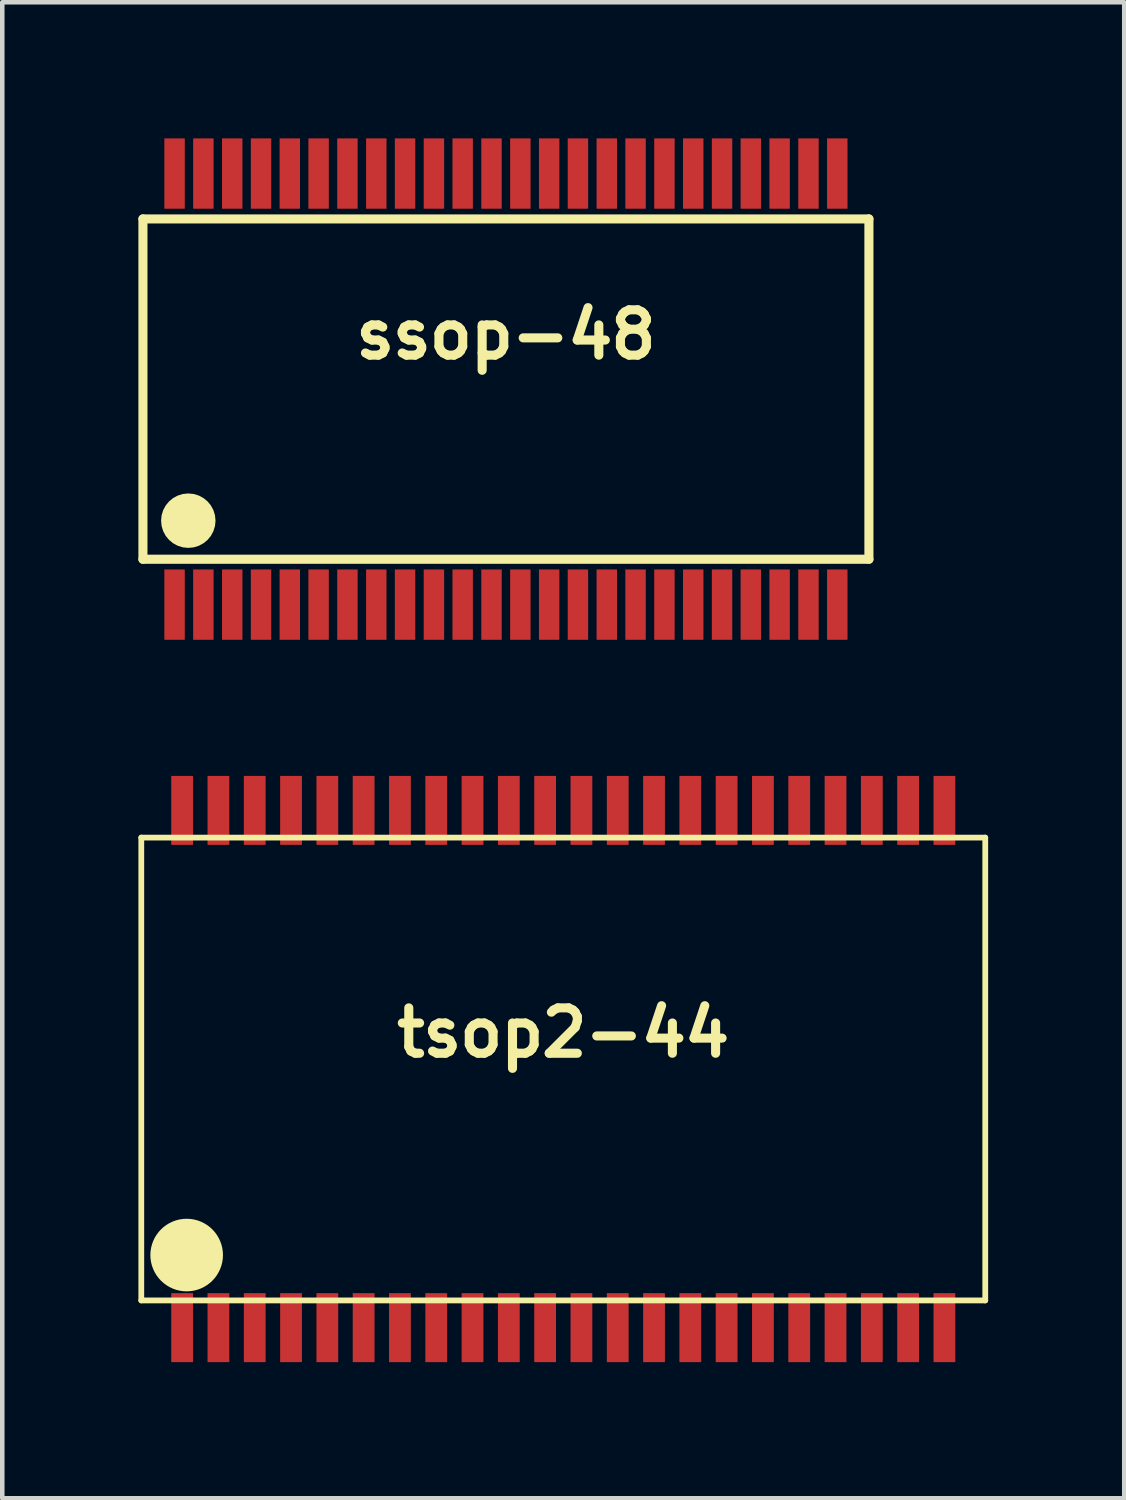
<source format=kicad_pcb>
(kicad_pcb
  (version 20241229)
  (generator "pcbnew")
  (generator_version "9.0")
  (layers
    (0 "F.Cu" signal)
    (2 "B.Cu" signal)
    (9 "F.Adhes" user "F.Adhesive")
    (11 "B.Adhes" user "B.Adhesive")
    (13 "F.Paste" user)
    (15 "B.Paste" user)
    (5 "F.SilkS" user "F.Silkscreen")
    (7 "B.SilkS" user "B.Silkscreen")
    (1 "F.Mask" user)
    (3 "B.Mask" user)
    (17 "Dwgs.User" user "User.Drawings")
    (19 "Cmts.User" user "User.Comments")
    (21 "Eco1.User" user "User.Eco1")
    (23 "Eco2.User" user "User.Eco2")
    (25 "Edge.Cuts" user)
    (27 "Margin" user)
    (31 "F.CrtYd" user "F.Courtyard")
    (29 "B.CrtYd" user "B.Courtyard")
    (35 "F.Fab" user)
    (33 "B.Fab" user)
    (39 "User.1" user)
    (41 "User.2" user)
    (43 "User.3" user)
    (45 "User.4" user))
  (footprint "tsop2-44"
    (layer "F.Cu")
    (at 9.364 20.51)
    (property "Reference" "tsop2-44" (at 0 -0.8 0) (layer "F.SilkS") (effects (font (size 1 1) (thickness 0.2))))
    (attr smd)
    (fp_line (start -9.3 -5.1) (end 9.3 -5.1) (stroke (width 0.127) (type solid)) (layer "F.SilkS"))
    (fp_line (start -9.3 5.1) (end -9.3 -5.1) (stroke (width 0.127) (type solid)) (layer "F.SilkS"))
    (fp_line (start 9.3 -5.1) (end 9.3 5.1) (stroke (width 0.127) (type solid)) (layer "F.SilkS"))
    (fp_line (start 9.3 5.1) (end -9.3 5.1) (stroke (width 0.127) (type solid)) (layer "F.SilkS"))
    (fp_circle (center -8.3 4.1) (end -7.9 4.1) (stroke (width 0.8) (type solid)) (fill no) (layer "F.SilkS"))
    (pad "1" smd rect (at -8.4 5.7) (size 0.48 1.52) (layers "F.Cu" "F.Mask" "F.Paste"))
    (pad "2" smd rect (at -7.6 5.7) (size 0.48 1.52) (layers "F.Cu" "F.Mask" "F.Paste"))
    (pad "3" smd rect (at -6.8 5.7) (size 0.48 1.52) (layers "F.Cu" "F.Mask" "F.Paste"))
    (pad "4" smd rect (at -6 5.7) (size 0.48 1.52) (layers "F.Cu" "F.Mask" "F.Paste"))
    (pad "5" smd rect (at -5.2 5.7) (size 0.48 1.52) (layers "F.Cu" "F.Mask" "F.Paste"))
    (pad "6" smd rect (at -4.4 5.7) (size 0.48 1.52) (layers "F.Cu" "F.Mask" "F.Paste"))
    (pad "7" smd rect (at -3.6 5.7) (size 0.48 1.52) (layers "F.Cu" "F.Mask" "F.Paste"))
    (pad "8" smd rect (at -2.8 5.7) (size 0.48 1.52) (layers "F.Cu" "F.Mask" "F.Paste"))
    (pad "9" smd rect (at -2 5.7) (size 0.48 1.52) (layers "F.Cu" "F.Mask" "F.Paste"))
    (pad "10" smd rect (at -1.2 5.7) (size 0.48 1.52) (layers "F.Cu" "F.Mask" "F.Paste"))
    (pad "11" smd rect (at -0.4 5.7) (size 0.48 1.52) (layers "F.Cu" "F.Mask" "F.Paste"))
    (pad "12" smd rect (at 0.4 5.7) (size 0.48 1.52) (layers "F.Cu" "F.Mask" "F.Paste"))
    (pad "13" smd rect (at 1.2 5.7) (size 0.48 1.52) (layers "F.Cu" "F.Mask" "F.Paste"))
    (pad "14" smd rect (at 2 5.7) (size 0.48 1.52) (layers "F.Cu" "F.Mask" "F.Paste"))
    (pad "15" smd rect (at 2.8 5.7) (size 0.48 1.52) (layers "F.Cu" "F.Mask" "F.Paste"))
    (pad "16" smd rect (at 3.6 5.7) (size 0.48 1.52) (layers "F.Cu" "F.Mask" "F.Paste"))
    (pad "17" smd rect (at 4.4 5.7) (size 0.48 1.52) (layers "F.Cu" "F.Mask" "F.Paste"))
    (pad "18" smd rect (at 5.2 5.7) (size 0.48 1.52) (layers "F.Cu" "F.Mask" "F.Paste"))
    (pad "19" smd rect (at 6 5.7) (size 0.48 1.52) (layers "F.Cu" "F.Mask" "F.Paste"))
    (pad "20" smd rect (at 6.8 5.7) (size 0.48 1.52) (layers "F.Cu" "F.Mask" "F.Paste"))
    (pad "21" smd rect (at 7.6 5.7) (size 0.48 1.52) (layers "F.Cu" "F.Mask" "F.Paste"))
    (pad "22" smd rect (at 8.4 5.7) (size 0.48 1.52) (layers "F.Cu" "F.Mask" "F.Paste"))
    (pad "23" smd rect (at 8.4 -5.7) (size 0.48 1.52) (layers "F.Cu" "F.Mask" "F.Paste"))
    (pad "24" smd rect (at 7.6 -5.7) (size 0.48 1.52) (layers "F.Cu" "F.Mask" "F.Paste"))
    (pad "25" smd rect (at 6.8 -5.7) (size 0.48 1.52) (layers "F.Cu" "F.Mask" "F.Paste"))
    (pad "26" smd rect (at 6 -5.7) (size 0.48 1.52) (layers "F.Cu" "F.Mask" "F.Paste"))
    (pad "27" smd rect (at 5.2 -5.7) (size 0.48 1.52) (layers "F.Cu" "F.Mask" "F.Paste"))
    (pad "28" smd rect (at 4.4 -5.7) (size 0.48 1.52) (layers "F.Cu" "F.Mask" "F.Paste"))
    (pad "29" smd rect (at 3.6 -5.7) (size 0.48 1.52) (layers "F.Cu" "F.Mask" "F.Paste"))
    (pad "30" smd rect (at 2.8 -5.7) (size 0.48 1.52) (layers "F.Cu" "F.Mask" "F.Paste"))
    (pad "31" smd rect (at 2 -5.7) (size 0.48 1.52) (layers "F.Cu" "F.Mask" "F.Paste"))
    (pad "32" smd rect (at 1.2 -5.7) (size 0.48 1.52) (layers "F.Cu" "F.Mask" "F.Paste"))
    (pad "33" smd rect (at 0.4 -5.7) (size 0.48 1.52) (layers "F.Cu" "F.Mask" "F.Paste"))
    (pad "34" smd rect (at -0.4 -5.7) (size 0.48 1.52) (layers "F.Cu" "F.Mask" "F.Paste"))
    (pad "35" smd rect (at -1.2 -5.7) (size 0.48 1.52) (layers "F.Cu" "F.Mask" "F.Paste"))
    (pad "36" smd rect (at -2 -5.7) (size 0.48 1.52) (layers "F.Cu" "F.Mask" "F.Paste"))
    (pad "37" smd rect (at -2.8 -5.7) (size 0.48 1.52) (layers "F.Cu" "F.Mask" "F.Paste"))
    (pad "38" smd rect (at -3.6 -5.7) (size 0.48 1.52) (layers "F.Cu" "F.Mask" "F.Paste"))
    (pad "39" smd rect (at -4.4 -5.7) (size 0.48 1.52) (layers "F.Cu" "F.Mask" "F.Paste"))
    (pad "40" smd rect (at -5.2 -5.7) (size 0.48 1.52) (layers "F.Cu" "F.Mask" "F.Paste"))
    (pad "41" smd rect (at -6 -5.7) (size 0.48 1.52) (layers "F.Cu" "F.Mask" "F.Paste"))
    (pad "42" smd rect (at -6.8 -5.7) (size 0.48 1.52) (layers "F.Cu" "F.Mask" "F.Paste"))
    (pad "43" smd rect (at -7.6 -5.7) (size 0.48 1.52) (layers "F.Cu" "F.Mask" "F.Paste"))
    (pad "44" smd rect (at -8.4 -5.7) (size 0.48 1.52) (layers "F.Cu" "F.Mask" "F.Paste")))
  (footprint "ssop-48"
    (layer "F.Cu")
    (at 8.1 5.525)
    (property "Reference" "ssop-48" (at 0 -1.2 0) (layer "F.SilkS") (effects (font (size 1 1) (thickness 0.2))))
    (attr smd)
    (fp_line (start -8 -3.75) (end -8 3.75) (stroke (width 0.2) (type solid)) (layer "F.SilkS"))
    (fp_line (start -8 3.75) (end 8 3.75) (stroke (width 0.2) (type solid)) (layer "F.SilkS"))
    (fp_line (start 8 -3.75) (end -8 -3.75) (stroke (width 0.2) (type solid)) (layer "F.SilkS"))
    (fp_line (start 8 3.75) (end 8 -3.75) (stroke (width 0.2) (type solid)) (layer "F.SilkS"))
    (fp_circle (center -7 2.9) (end -6.7 2.9) (stroke (width 0.6) (type solid)) (fill no) (layer "F.SilkS"))
    (pad "1" smd rect (at -7.303 4.75) (size 0.45 1.55) (layers "F.Cu" "F.Mask" "F.Paste"))
    (pad "2" smd rect (at -6.668 4.75) (size 0.45 1.55) (layers "F.Cu" "F.Mask" "F.Paste"))
    (pad "3" smd rect (at -6.032 4.75) (size 0.45 1.55) (layers "F.Cu" "F.Mask" "F.Paste"))
    (pad "4" smd rect (at -5.397 4.75) (size 0.45 1.55) (layers "F.Cu" "F.Mask" "F.Paste"))
    (pad "5" smd rect (at -4.763 4.75) (size 0.45 1.55) (layers "F.Cu" "F.Mask" "F.Paste"))
    (pad "6" smd rect (at -4.128 4.75) (size 0.45 1.55) (layers "F.Cu" "F.Mask" "F.Paste"))
    (pad "7" smd rect (at -3.493 4.75) (size 0.45 1.55) (layers "F.Cu" "F.Mask" "F.Paste"))
    (pad "8" smd rect (at -2.857 4.75) (size 0.45 1.55) (layers "F.Cu" "F.Mask" "F.Paste"))
    (pad "9" smd rect (at -2.223 4.75) (size 0.45 1.55) (layers "F.Cu" "F.Mask" "F.Paste"))
    (pad "10" smd rect (at -1.587 4.75) (size 0.45 1.55) (layers "F.Cu" "F.Mask" "F.Paste"))
    (pad "11" smd rect (at -0.953 4.75) (size 0.45 1.55) (layers "F.Cu" "F.Mask" "F.Paste"))
    (pad "12" smd rect (at -0.318 4.75) (size 0.45 1.55) (layers "F.Cu" "F.Mask" "F.Paste"))
    (pad "13" smd rect (at 0.318 4.75) (size 0.45 1.55) (layers "F.Cu" "F.Mask" "F.Paste"))
    (pad "14" smd rect (at 0.953 4.75) (size 0.45 1.55) (layers "F.Cu" "F.Mask" "F.Paste"))
    (pad "15" smd rect (at 1.587 4.75) (size 0.45 1.55) (layers "F.Cu" "F.Mask" "F.Paste"))
    (pad "16" smd rect (at 2.223 4.75) (size 0.45 1.55) (layers "F.Cu" "F.Mask" "F.Paste"))
    (pad "17" smd rect (at 2.857 4.75) (size 0.45 1.55) (layers "F.Cu" "F.Mask" "F.Paste"))
    (pad "18" smd rect (at 3.493 4.75) (size 0.45 1.55) (layers "F.Cu" "F.Mask" "F.Paste"))
    (pad "19" smd rect (at 4.128 4.75) (size 0.45 1.55) (layers "F.Cu" "F.Mask" "F.Paste"))
    (pad "20" smd rect (at 4.763 4.75) (size 0.45 1.55) (layers "F.Cu" "F.Mask" "F.Paste"))
    (pad "21" smd rect (at 5.397 4.75) (size 0.45 1.55) (layers "F.Cu" "F.Mask" "F.Paste"))
    (pad "22" smd rect (at 6.032 4.75) (size 0.45 1.55) (layers "F.Cu" "F.Mask" "F.Paste"))
    (pad "23" smd rect (at 6.668 4.75) (size 0.45 1.55) (layers "F.Cu" "F.Mask" "F.Paste"))
    (pad "24" smd rect (at 7.303 4.75) (size 0.45 1.55) (layers "F.Cu" "F.Mask" "F.Paste"))
    (pad "25" smd rect (at 7.303 -4.75) (size 0.45 1.55) (layers "F.Cu" "F.Mask" "F.Paste"))
    (pad "26" smd rect (at 6.668 -4.75) (size 0.45 1.55) (layers "F.Cu" "F.Mask" "F.Paste"))
    (pad "27" smd rect (at 6.032 -4.75) (size 0.45 1.55) (layers "F.Cu" "F.Mask" "F.Paste"))
    (pad "28" smd rect (at 5.397 -4.75) (size 0.45 1.55) (layers "F.Cu" "F.Mask" "F.Paste"))
    (pad "29" smd rect (at 4.763 -4.75) (size 0.45 1.55) (layers "F.Cu" "F.Mask" "F.Paste"))
    (pad "30" smd rect (at 4.128 -4.75) (size 0.45 1.55) (layers "F.Cu" "F.Mask" "F.Paste"))
    (pad "31" smd rect (at 3.493 -4.75) (size 0.45 1.55) (layers "F.Cu" "F.Mask" "F.Paste"))
    (pad "32" smd rect (at 2.857 -4.75) (size 0.45 1.55) (layers "F.Cu" "F.Mask" "F.Paste"))
    (pad "33" smd rect (at 2.223 -4.75) (size 0.45 1.55) (layers "F.Cu" "F.Mask" "F.Paste"))
    (pad "34" smd rect (at 1.587 -4.75) (size 0.45 1.55) (layers "F.Cu" "F.Mask" "F.Paste"))
    (pad "35" smd rect (at 0.953 -4.75) (size 0.45 1.55) (layers "F.Cu" "F.Mask" "F.Paste"))
    (pad "36" smd rect (at 0.318 -4.75) (size 0.45 1.55) (layers "F.Cu" "F.Mask" "F.Paste"))
    (pad "37" smd rect (at -0.318 -4.75) (size 0.45 1.55) (layers "F.Cu" "F.Mask" "F.Paste"))
    (pad "38" smd rect (at -0.953 -4.75) (size 0.45 1.55) (layers "F.Cu" "F.Mask" "F.Paste"))
    (pad "39" smd rect (at -1.587 -4.75) (size 0.45 1.55) (layers "F.Cu" "F.Mask" "F.Paste"))
    (pad "40" smd rect (at -2.223 -4.75) (size 0.45 1.55) (layers "F.Cu" "F.Mask" "F.Paste"))
    (pad "41" smd rect (at -2.857 -4.75) (size 0.45 1.55) (layers "F.Cu" "F.Mask" "F.Paste"))
    (pad "42" smd rect (at -3.493 -4.75) (size 0.45 1.55) (layers "F.Cu" "F.Mask" "F.Paste"))
    (pad "43" smd rect (at -4.128 -4.75) (size 0.45 1.55) (layers "F.Cu" "F.Mask" "F.Paste"))
    (pad "44" smd rect (at -4.763 -4.75) (size 0.45 1.55) (layers "F.Cu" "F.Mask" "F.Paste"))
    (pad "45" smd rect (at -5.397 -4.75) (size 0.45 1.55) (layers "F.Cu" "F.Mask" "F.Paste"))
    (pad "46" smd rect (at -6.032 -4.75) (size 0.45 1.55) (layers "F.Cu" "F.Mask" "F.Paste"))
    (pad "47" smd rect (at -6.668 -4.75) (size 0.45 1.55) (layers "F.Cu" "F.Mask" "F.Paste"))
    (pad "48" smd rect (at -7.303 -4.75) (size 0.45 1.55) (layers "F.Cu" "F.Mask" "F.Paste")))
  (gr_rect
    (start -3 -3)
    (end 21.727 29.97)
    (stroke (width 0.1) (type default))
    (fill no)
    (layer "Edge.Cuts")))
</source>
